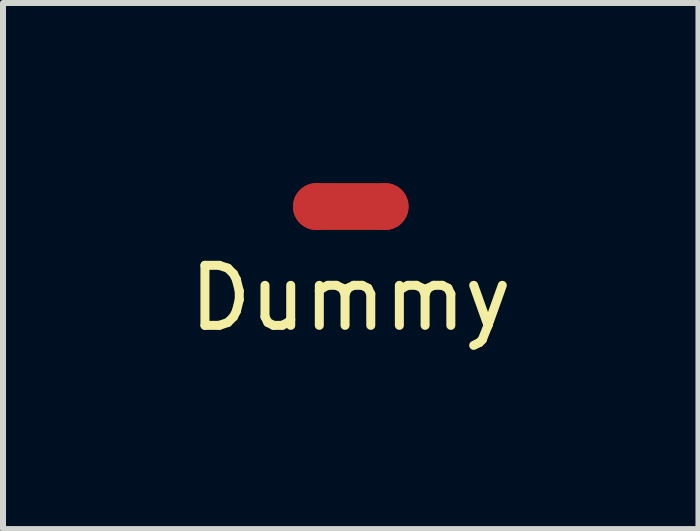
<source format=kicad_pcb>
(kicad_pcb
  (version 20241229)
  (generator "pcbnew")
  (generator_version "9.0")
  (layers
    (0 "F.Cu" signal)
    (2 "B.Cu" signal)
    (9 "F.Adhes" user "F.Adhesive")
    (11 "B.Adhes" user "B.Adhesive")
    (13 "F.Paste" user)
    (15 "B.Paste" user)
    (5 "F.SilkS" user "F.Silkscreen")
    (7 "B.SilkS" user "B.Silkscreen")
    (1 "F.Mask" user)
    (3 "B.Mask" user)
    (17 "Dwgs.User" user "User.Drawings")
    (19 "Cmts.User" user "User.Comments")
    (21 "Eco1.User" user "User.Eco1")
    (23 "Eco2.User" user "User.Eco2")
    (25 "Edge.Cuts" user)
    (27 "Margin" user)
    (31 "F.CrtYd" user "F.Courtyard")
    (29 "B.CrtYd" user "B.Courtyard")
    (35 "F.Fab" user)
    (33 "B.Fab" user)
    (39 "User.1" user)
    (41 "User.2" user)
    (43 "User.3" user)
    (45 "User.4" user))
  (footprint "Dummy"
    (layer "F.Cu")
    (at 2.792 0.39)
    (property "Reference" "Dummy" (at 0 1.524 0) (layer "F.SilkS") (effects (font (size 1 1) (thickness 0.15))))
    (attr through_hole)
    (fp_line (start -0.572 0) (end 0.572 0) (stroke (width 0.78) (type solid)) (layer "F.Cu"))
    (pad "1" smd circle (at -0.572 0) (size 0.78 0.78) (layers "F.Cu" "F.Mask" "F.Paste"))
    (pad "2" smd circle (at 0.572 0) (size 0.78 0.78) (layers "F.Cu" "F.Mask" "F.Paste")))
  (gr_rect
    (start -3 -3)
    (end 8.583 5.762)
    (stroke (width 0.1) (type default))
    (fill no)
    (layer "Edge.Cuts")))
</source>
